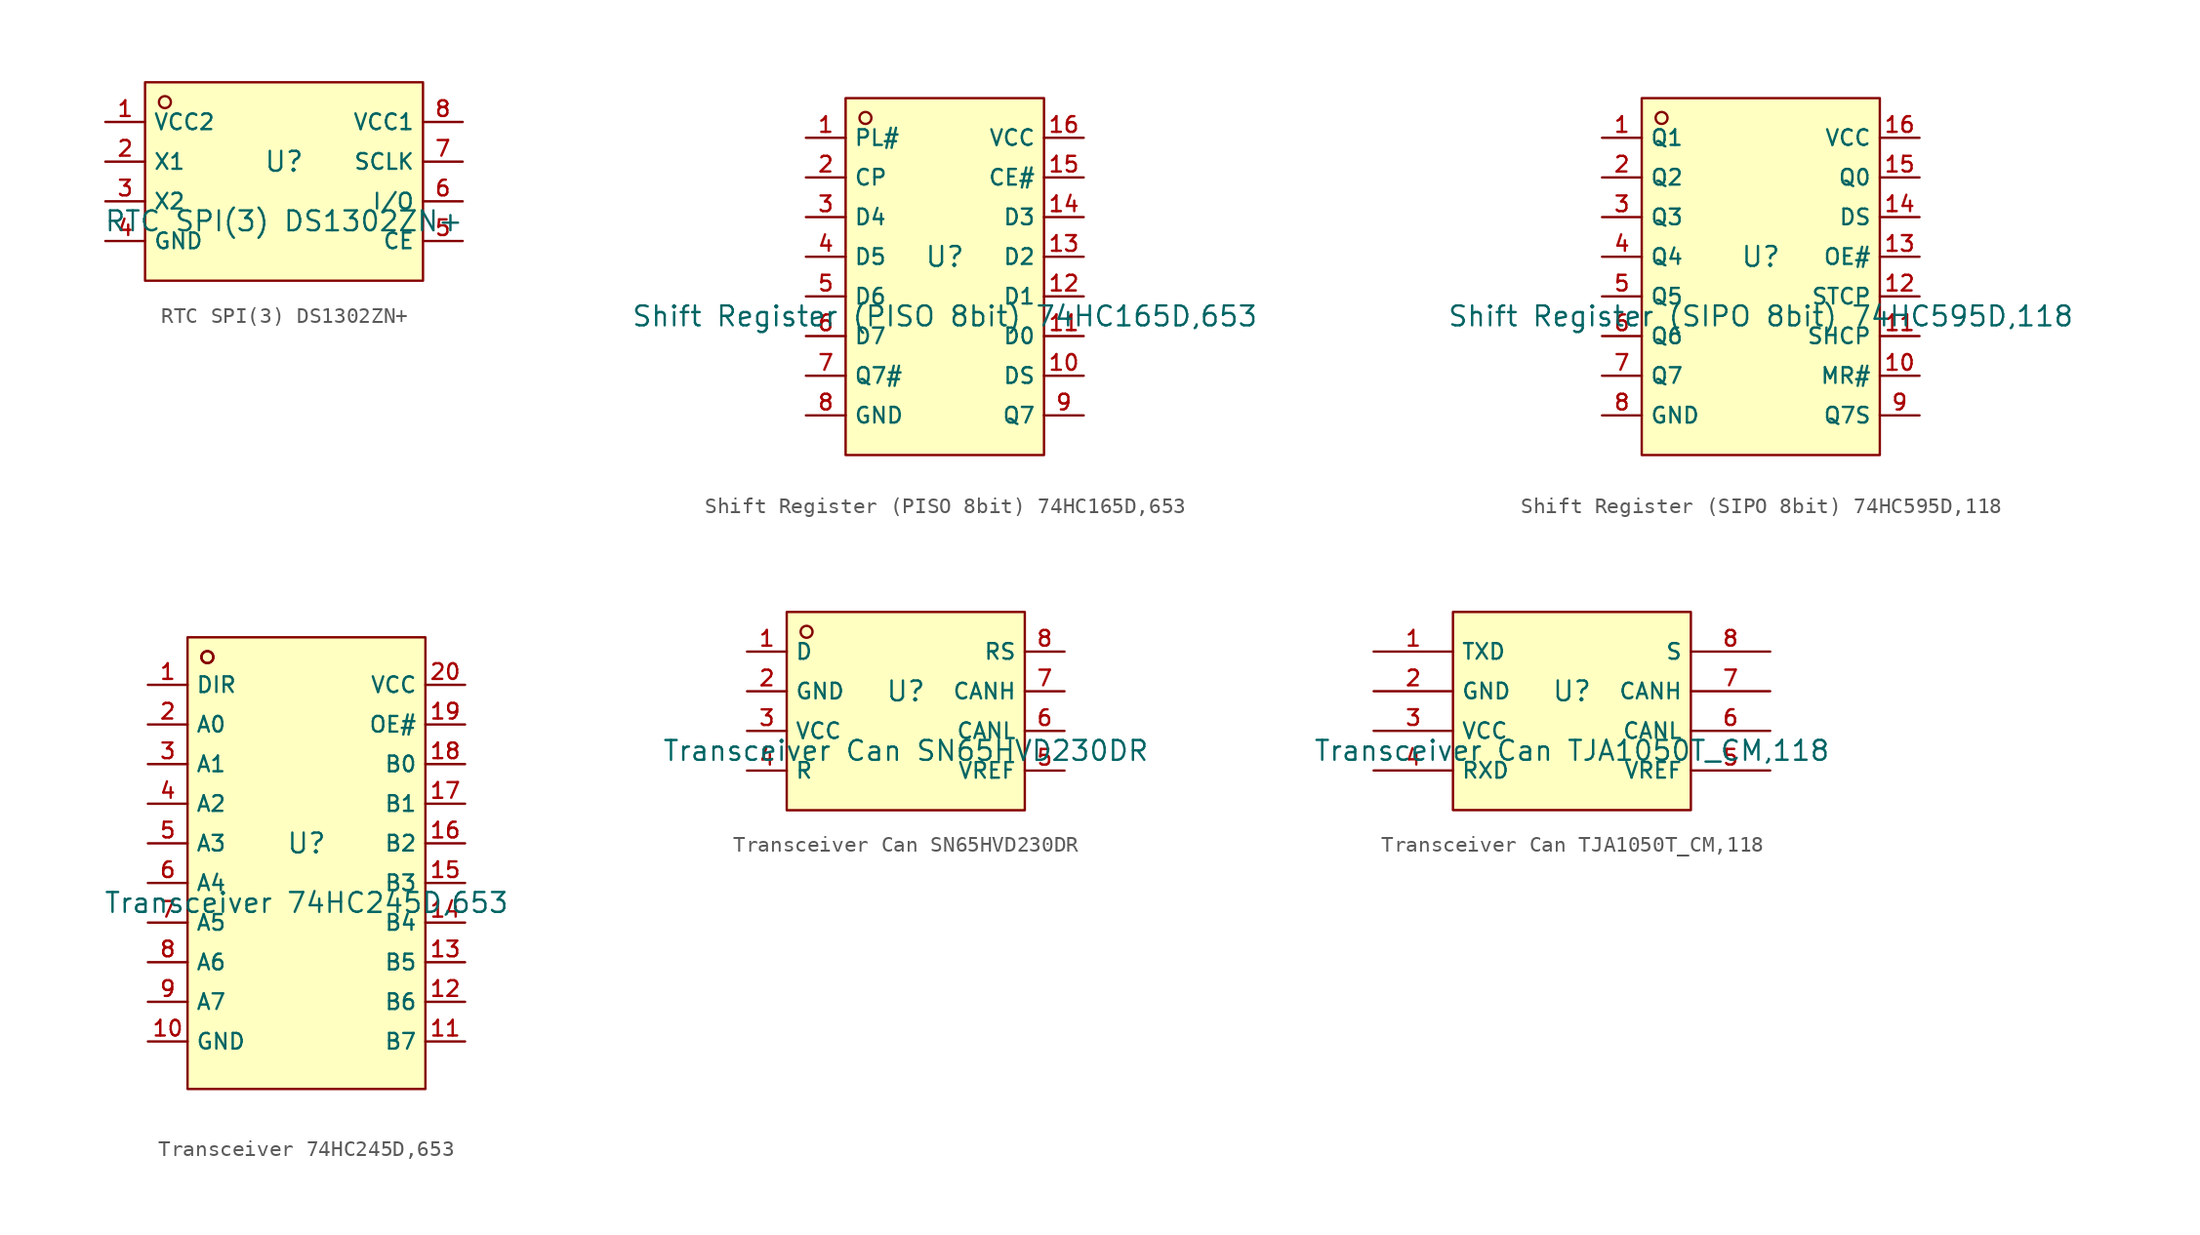
<source format=kicad_sym>
(kicad_symbol_lib
  (version 20220914)
  (generator kicad_symbol_editor)
  (symbol "RTC SPI(3) DS1302ZN+"
    (property "Reference" "U"
      (at 0 1.27 0)
      (effects (font (size 1.27 1.27))))
    (property "Value" "RTC SPI(3) DS1302ZN+"
      (at 0 -2.54 0)
      (effects (font (size 1.27 1.27))))
    (symbol "RTC SPI(3) DS1302ZN+_0_1"
      (rectangle (start -8.89 6.35) (end 8.89 -6.35) (stroke (width 0) (type default)) (fill (type background)))
      (circle (center -7.62 5.08) (radius 0.381) (stroke (width 0) (type default)) (fill (type background)))
      (pin unspecified line (at -11.43 3.81 0) (length 2.54) (name "VCC2" (effects (font (size 1 1)))) (number "1" (effects (font (size 1 1)))))
      (pin unspecified line (at -11.43 1.27 0) (length 2.54) (name "X1" (effects (font (size 1 1)))) (number "2" (effects (font (size 1 1)))))
      (pin unspecified line (at -11.43 -1.27 0) (length 2.54) (name "X2" (effects (font (size 1 1)))) (number "3" (effects (font (size 1 1)))))
      (pin unspecified line (at -11.43 -3.81 0) (length 2.54) (name "GND" (effects (font (size 1 1)))) (number "4" (effects (font (size 1 1)))))
      (pin unspecified line (at 11.43 -3.81 180) (length 2.54) (name "CE" (effects (font (size 1 1)))) (number "5" (effects (font (size 1 1)))))
      (pin unspecified line (at 11.43 -1.27 180) (length 2.54) (name "I/O" (effects (font (size 1 1)))) (number "6" (effects (font (size 1 1)))))
      (pin unspecified line (at 11.43 1.27 180) (length 2.54) (name "SCLK" (effects (font (size 1 1)))) (number "7" (effects (font (size 1 1)))))
      (pin unspecified line (at 11.43 3.81 180) (length 2.54) (name "VCC1" (effects (font (size 1 1)))) (number "8" (effects (font (size 1 1)))))))
  (symbol "Shift Register (PISO 8bit) 74HC165D,653"
    (property "Reference" "U"
      (at 0 1.27 0)
      (effects (font (size 1.27 1.27))))
    (property "Value" "Shift Register (PISO 8bit) 74HC165D,653"
      (at 0 -2.54 0)
      (effects (font (size 1.27 1.27))))
    (symbol "Shift Register (PISO 8bit) 74HC165D,653_0_1"
      (rectangle (start -6.35 11.43) (end 6.35 -11.43) (stroke (width 0) (type default)) (fill (type background)))
      (circle (center -5.08 10.16) (radius 0.381) (stroke (width 0) (type default)) (fill (type background)))
      (pin unspecified line (at -8.89 8.89 0) (length 2.54) (name "PL#" (effects (font (size 1 1)))) (number "1" (effects (font (size 1 1)))))
      (pin unspecified line (at 8.89 -6.35 180) (length 2.54) (name "DS" (effects (font (size 1 1)))) (number "10" (effects (font (size 1 1)))))
      (pin unspecified line (at 8.89 -3.81 180) (length 2.54) (name "D0" (effects (font (size 1 1)))) (number "11" (effects (font (size 1 1)))))
      (pin unspecified line (at 8.89 -1.27 180) (length 2.54) (name "D1" (effects (font (size 1 1)))) (number "12" (effects (font (size 1 1)))))
      (pin unspecified line (at 8.89 1.27 180) (length 2.54) (name "D2" (effects (font (size 1 1)))) (number "13" (effects (font (size 1 1)))))
      (pin unspecified line (at 8.89 3.81 180) (length 2.54) (name "D3" (effects (font (size 1 1)))) (number "14" (effects (font (size 1 1)))))
      (pin unspecified line (at 8.89 6.35 180) (length 2.54) (name "CE#" (effects (font (size 1 1)))) (number "15" (effects (font (size 1 1)))))
      (pin unspecified line (at 8.89 8.89 180) (length 2.54) (name "VCC" (effects (font (size 1 1)))) (number "16" (effects (font (size 1 1)))))
      (pin unspecified line (at -8.89 6.35 0) (length 2.54) (name "CP" (effects (font (size 1 1)))) (number "2" (effects (font (size 1 1)))))
      (pin unspecified line (at -8.89 3.81 0) (length 2.54) (name "D4" (effects (font (size 1 1)))) (number "3" (effects (font (size 1 1)))))
      (pin unspecified line (at -8.89 1.27 0) (length 2.54) (name "D5" (effects (font (size 1 1)))) (number "4" (effects (font (size 1 1)))))
      (pin unspecified line (at -8.89 -1.27 0) (length 2.54) (name "D6" (effects (font (size 1 1)))) (number "5" (effects (font (size 1 1)))))
      (pin unspecified line (at -8.89 -3.81 0) (length 2.54) (name "D7" (effects (font (size 1 1)))) (number "6" (effects (font (size 1 1)))))
      (pin unspecified line (at -8.89 -6.35 0) (length 2.54) (name "Q7#" (effects (font (size 1 1)))) (number "7" (effects (font (size 1 1)))))
      (pin unspecified line (at -8.89 -8.89 0) (length 2.54) (name "GND" (effects (font (size 1 1)))) (number "8" (effects (font (size 1 1)))))
      (pin unspecified line (at 8.89 -8.89 180) (length 2.54) (name "Q7" (effects (font (size 1 1)))) (number "9" (effects (font (size 1 1)))))))
  (symbol "Shift Register (SIPO 8bit) 74HC595D,118"
    (property "Reference" "U"
      (at 0 1.27 0)
      (effects (font (size 1.27 1.27))))
    (property "Value" "Shift Register (SIPO 8bit) 74HC595D,118"
      (at 0 -2.54 0)
      (effects (font (size 1.27 1.27))))
    (symbol "Shift Register (SIPO 8bit) 74HC595D,118_0_1"
      (rectangle (start -7.62 11.43) (end 7.62 -11.43) (stroke (width 0) (type default)) (fill (type background)))
      (circle (center -6.35 10.16) (radius 0.381) (stroke (width 0) (type default)) (fill (type background)))
      (pin unspecified line (at -10.16 8.89 0) (length 2.54) (name "Q1" (effects (font (size 1 1)))) (number "1" (effects (font (size 1 1)))))
      (pin unspecified line (at 10.16 -6.35 180) (length 2.54) (name "MR#" (effects (font (size 1 1)))) (number "10" (effects (font (size 1 1)))))
      (pin unspecified line (at 10.16 -3.81 180) (length 2.54) (name "SHCP" (effects (font (size 1 1)))) (number "11" (effects (font (size 1 1)))))
      (pin unspecified line (at 10.16 -1.27 180) (length 2.54) (name "STCP" (effects (font (size 1 1)))) (number "12" (effects (font (size 1 1)))))
      (pin unspecified line (at 10.16 1.27 180) (length 2.54) (name "OE#" (effects (font (size 1 1)))) (number "13" (effects (font (size 1 1)))))
      (pin unspecified line (at 10.16 3.81 180) (length 2.54) (name "DS" (effects (font (size 1 1)))) (number "14" (effects (font (size 1 1)))))
      (pin unspecified line (at 10.16 6.35 180) (length 2.54) (name "Q0" (effects (font (size 1 1)))) (number "15" (effects (font (size 1 1)))))
      (pin unspecified line (at 10.16 8.89 180) (length 2.54) (name "VCC" (effects (font (size 1 1)))) (number "16" (effects (font (size 1 1)))))
      (pin unspecified line (at -10.16 6.35 0) (length 2.54) (name "Q2" (effects (font (size 1 1)))) (number "2" (effects (font (size 1 1)))))
      (pin unspecified line (at -10.16 3.81 0) (length 2.54) (name "Q3" (effects (font (size 1 1)))) (number "3" (effects (font (size 1 1)))))
      (pin unspecified line (at -10.16 1.27 0) (length 2.54) (name "Q4" (effects (font (size 1 1)))) (number "4" (effects (font (size 1 1)))))
      (pin unspecified line (at -10.16 -1.27 0) (length 2.54) (name "Q5" (effects (font (size 1 1)))) (number "5" (effects (font (size 1 1)))))
      (pin unspecified line (at -10.16 -3.81 0) (length 2.54) (name "Q6" (effects (font (size 1 1)))) (number "6" (effects (font (size 1 1)))))
      (pin unspecified line (at -10.16 -6.35 0) (length 2.54) (name "Q7" (effects (font (size 1 1)))) (number "7" (effects (font (size 1 1)))))
      (pin unspecified line (at -10.16 -8.89 0) (length 2.54) (name "GND" (effects (font (size 1 1)))) (number "8" (effects (font (size 1 1)))))
      (pin unspecified line (at 10.16 -8.89 180) (length 2.54) (name "Q7S" (effects (font (size 1 1)))) (number "9" (effects (font (size 1 1)))))))
  (symbol "Transceiver 74HC245D,653"
    (property "Reference" "U"
      (at 0 1.27 0)
      (effects (font (size 1.27 1.27))))
    (property "Value" "Transceiver 74HC245D,653"
      (at 0 -2.54 0)
      (effects (font (size 1.27 1.27))))
    (symbol "Transceiver 74HC245D,653_0_1"
      (rectangle (start -7.62 14.478) (end 7.62 -14.478) (stroke (width 0) (type default)) (fill (type background)))
      (circle (center -6.35 13.208) (radius 0.381) (stroke (width 0) (type default)) (fill (type background)))
      (circle (center -6.35 13.208) (radius 0.381) (stroke (width 0) (type default)) (fill (type background)))
      (pin unspecified line (at -10.16 11.43 0) (length 2.54) (name "DIR" (effects (font (size 1 1)))) (number "1" (effects (font (size 1 1)))))
      (pin unspecified line (at -10.16 -11.43 0) (length 2.54) (name "GND" (effects (font (size 1 1)))) (number "10" (effects (font (size 1 1)))))
      (pin unspecified line (at 10.16 -11.43 180) (length 2.54) (name "B7" (effects (font (size 1 1)))) (number "11" (effects (font (size 1 1)))))
      (pin unspecified line (at 10.16 -8.89 180) (length 2.54) (name "B6" (effects (font (size 1 1)))) (number "12" (effects (font (size 1 1)))))
      (pin unspecified line (at 10.16 -6.35 180) (length 2.54) (name "B5" (effects (font (size 1 1)))) (number "13" (effects (font (size 1 1)))))
      (pin unspecified line (at 10.16 -3.81 180) (length 2.54) (name "B4" (effects (font (size 1 1)))) (number "14" (effects (font (size 1 1)))))
      (pin unspecified line (at 10.16 -1.27 180) (length 2.54) (name "B3" (effects (font (size 1 1)))) (number "15" (effects (font (size 1 1)))))
      (pin unspecified line (at 10.16 1.27 180) (length 2.54) (name "B2" (effects (font (size 1 1)))) (number "16" (effects (font (size 1 1)))))
      (pin unspecified line (at 10.16 3.81 180) (length 2.54) (name "B1" (effects (font (size 1 1)))) (number "17" (effects (font (size 1 1)))))
      (pin unspecified line (at 10.16 6.35 180) (length 2.54) (name "B0" (effects (font (size 1 1)))) (number "18" (effects (font (size 1 1)))))
      (pin unspecified line (at 10.16 8.89 180) (length 2.54) (name "OE#" (effects (font (size 1 1)))) (number "19" (effects (font (size 1 1)))))
      (pin unspecified line (at -10.16 8.89 0) (length 2.54) (name "A0" (effects (font (size 1 1)))) (number "2" (effects (font (size 1 1)))))
      (pin unspecified line (at 10.16 11.43 180) (length 2.54) (name "VCC" (effects (font (size 1 1)))) (number "20" (effects (font (size 1 1)))))
      (pin unspecified line (at -10.16 6.35 0) (length 2.54) (name "A1" (effects (font (size 1 1)))) (number "3" (effects (font (size 1 1)))))
      (pin unspecified line (at -10.16 3.81 0) (length 2.54) (name "A2" (effects (font (size 1 1)))) (number "4" (effects (font (size 1 1)))))
      (pin unspecified line (at -10.16 1.27 0) (length 2.54) (name "A3" (effects (font (size 1 1)))) (number "5" (effects (font (size 1 1)))))
      (pin unspecified line (at -10.16 -1.27 0) (length 2.54) (name "A4" (effects (font (size 1 1)))) (number "6" (effects (font (size 1 1)))))
      (pin unspecified line (at -10.16 -3.81 0) (length 2.54) (name "A5" (effects (font (size 1 1)))) (number "7" (effects (font (size 1 1)))))
      (pin unspecified line (at -10.16 -6.35 0) (length 2.54) (name "A6" (effects (font (size 1 1)))) (number "8" (effects (font (size 1 1)))))
      (pin unspecified line (at -10.16 -8.89 0) (length 2.54) (name "A7" (effects (font (size 1 1)))) (number "9" (effects (font (size 1 1)))))))
  (symbol "Transceiver Can SN65HVD230DR"
    (property "Reference" "U"
      (at 0 1.27 0)
      (effects (font (size 1.27 1.27))))
    (property "Value" "Transceiver Can SN65HVD230DR"
      (at 0 -2.54 0)
      (effects (font (size 1.27 1.27))))
    (symbol "Transceiver Can SN65HVD230DR_0_1"
      (rectangle (start -7.62 6.35) (end 7.62 -6.35) (stroke (width 0) (type default)) (fill (type background)))
      (circle (center -6.35 5.08) (radius 0.381) (stroke (width 0) (type default)) (fill (type background)))
      (pin unspecified line (at -10.16 3.81 0) (length 2.54) (name "D" (effects (font (size 1 1)))) (number "1" (effects (font (size 1 1)))))
      (pin unspecified line (at -10.16 1.27 0) (length 2.54) (name "GND" (effects (font (size 1 1)))) (number "2" (effects (font (size 1 1)))))
      (pin unspecified line (at -10.16 -1.27 0) (length 2.54) (name "VCC" (effects (font (size 1 1)))) (number "3" (effects (font (size 1 1)))))
      (pin unspecified line (at -10.16 -3.81 0) (length 2.54) (name "R" (effects (font (size 1 1)))) (number "4" (effects (font (size 1 1)))))
      (pin unspecified line (at 10.16 -3.81 180) (length 2.54) (name "VREF" (effects (font (size 1 1)))) (number "5" (effects (font (size 1 1)))))
      (pin unspecified line (at 10.16 -1.27 180) (length 2.54) (name "CANL" (effects (font (size 1 1)))) (number "6" (effects (font (size 1 1)))))
      (pin unspecified line (at 10.16 1.27 180) (length 2.54) (name "CANH" (effects (font (size 1 1)))) (number "7" (effects (font (size 1 1)))))
      (pin unspecified line (at 10.16 3.81 180) (length 2.54) (name "RS" (effects (font (size 1 1)))) (number "8" (effects (font (size 1 1)))))))
  (symbol "Transceiver Can TJA1050T_CM,118"
    (property "Reference" "U"
      (at 0 1.27 0)
      (effects (font (size 1.27 1.27))))
    (property "Value" "Transceiver Can TJA1050T_CM,118"
      (at 0 -2.54 0)
      (effects (font (size 1.27 1.27))))
    (symbol "Transceiver Can TJA1050T_CM,118_0_1"
      (rectangle (start -7.62 6.35) (end 7.62 -6.35) (stroke (width 0) (type default)) (fill (type background)))
      (pin unspecified line (at -12.7 3.81 0) (length 5.08) (name "TXD" (effects (font (size 1 1)))) (number "1" (effects (font (size 1 1)))))
      (pin unspecified line (at -12.7 1.27 0) (length 5.08) (name "GND" (effects (font (size 1 1)))) (number "2" (effects (font (size 1 1)))))
      (pin unspecified line (at -12.7 -1.27 0) (length 5.08) (name "VCC" (effects (font (size 1 1)))) (number "3" (effects (font (size 1 1)))))
      (pin unspecified line (at -12.7 -3.81 0) (length 5.08) (name "RXD" (effects (font (size 1 1)))) (number "4" (effects (font (size 1 1)))))
      (pin unspecified line (at 12.7 -3.81 180) (length 5.08) (name "VREF" (effects (font (size 1 1)))) (number "5" (effects (font (size 1 1)))))
      (pin unspecified line (at 12.7 -1.27 180) (length 5.08) (name "CANL" (effects (font (size 1 1)))) (number "6" (effects (font (size 1 1)))))
      (pin unspecified line (at 12.7 1.27 180) (length 5.08) (name "CANH" (effects (font (size 1 1)))) (number "7" (effects (font (size 1 1)))))
      (pin unspecified line (at 12.7 3.81 180) (length 5.08) (name "S" (effects (font (size 1 1)))) (number "8" (effects (font (size 1 1))))))))
</source>
